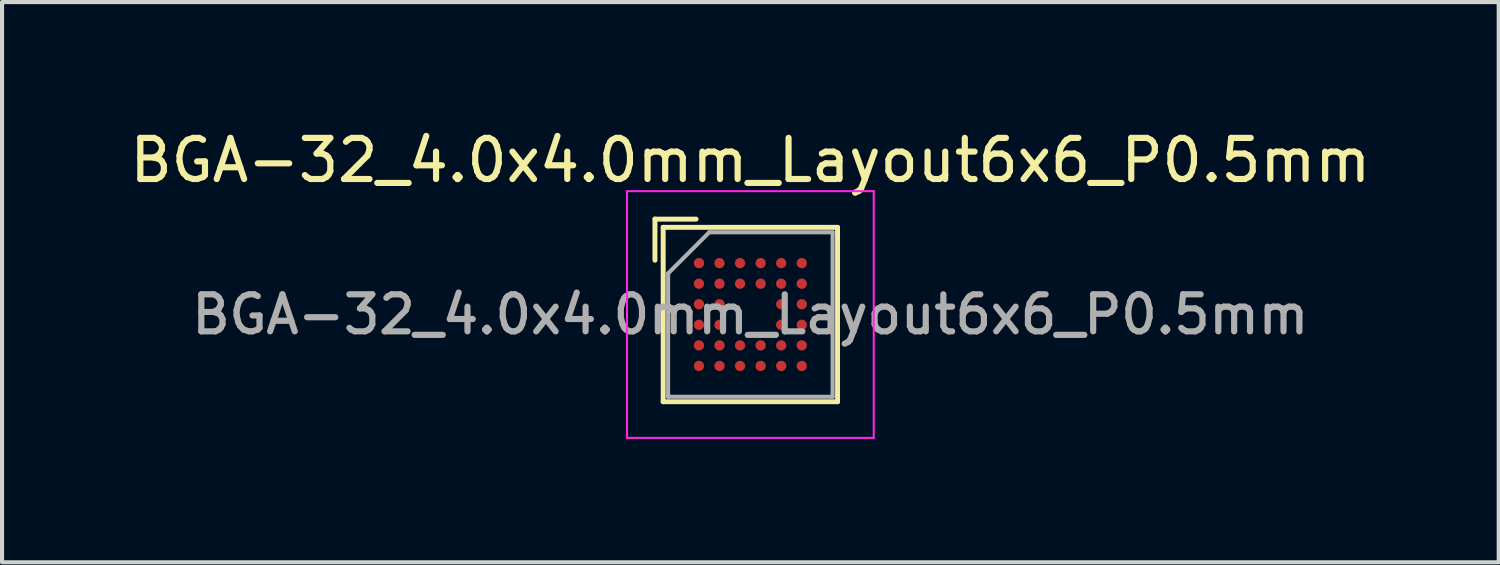
<source format=kicad_pcb>
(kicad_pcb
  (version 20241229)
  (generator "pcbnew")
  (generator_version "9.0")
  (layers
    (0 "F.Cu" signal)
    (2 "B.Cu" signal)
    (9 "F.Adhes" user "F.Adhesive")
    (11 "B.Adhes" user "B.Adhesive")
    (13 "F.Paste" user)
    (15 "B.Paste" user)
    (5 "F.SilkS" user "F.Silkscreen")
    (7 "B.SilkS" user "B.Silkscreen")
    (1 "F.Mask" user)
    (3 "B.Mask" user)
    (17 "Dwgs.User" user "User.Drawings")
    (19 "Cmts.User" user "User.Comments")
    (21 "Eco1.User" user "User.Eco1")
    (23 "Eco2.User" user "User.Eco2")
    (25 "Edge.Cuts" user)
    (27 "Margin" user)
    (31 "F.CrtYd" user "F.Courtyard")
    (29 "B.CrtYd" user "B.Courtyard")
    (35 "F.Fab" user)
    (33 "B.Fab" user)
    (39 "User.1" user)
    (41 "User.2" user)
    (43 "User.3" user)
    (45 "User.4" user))
  (footprint "BGA-32_4.0x4.0mm_Layout6x6_P0.5mm"
    (layer "F.Cu")
    (at 15.196 4.598)
    (property "Reference" "BGA-32_4.0x4.0mm_Layout6x6_P0.5mm" (at 0 -3.75 0) (layer "F.SilkS") (effects (font (size 1 1) (thickness 0.15))))
    (attr smd)
    (fp_line (start -2.32 -2.32) (end -1.32 -2.32) (stroke (width 0.12) (type solid)) (layer "F.SilkS"))
    (fp_line (start -2.32 -1.32) (end -2.32 -2.32) (stroke (width 0.12) (type solid)) (layer "F.SilkS"))
    (fp_line (start -2.12 -2.12) (end -2.12 2.12) (stroke (width 0.12) (type solid)) (layer "F.SilkS"))
    (fp_line (start -2.12 2.12) (end 2.12 2.12) (stroke (width 0.12) (type solid)) (layer "F.SilkS"))
    (fp_line (start 2.12 -2.12) (end -2.12 -2.12) (stroke (width 0.12) (type solid)) (layer "F.SilkS"))
    (fp_line (start 2.12 2.12) (end 2.12 -2.12) (stroke (width 0.12) (type solid)) (layer "F.SilkS"))
    (fp_line (start -3 -3) (end -3 3) (stroke (width 0.05) (type solid)) (layer "F.CrtYd"))
    (fp_line (start -3 -3) (end 3 -3) (stroke (width 0.05) (type solid)) (layer "F.CrtYd"))
    (fp_line (start 3 3) (end -3 3) (stroke (width 0.05) (type solid)) (layer "F.CrtYd"))
    (fp_line (start 3 3) (end 3 -3) (stroke (width 0.05) (type solid)) (layer "F.CrtYd"))
    (fp_line (start -2 -1) (end -2 2) (stroke (width 0.1) (type solid)) (layer "F.Fab"))
    (fp_line (start -2 2) (end 2 2) (stroke (width 0.1) (type solid)) (layer "F.Fab"))
    (fp_line (start -1 -2) (end -2 -1) (stroke (width 0.1) (type solid)) (layer "F.Fab"))
    (fp_line (start 2 -2) (end -1 -2) (stroke (width 0.1) (type solid)) (layer "F.Fab"))
    (fp_line (start 2 2) (end 2 -2) (stroke (width 0.1) (type solid)) (layer "F.Fab"))
    (fp_text user "${REFERENCE}" (at 0 0 0) (layer "F.Fab") (effects (font (size 0.9 0.9) (thickness 0.15))))
    (pad "A1" smd circle (at -1.25 -1.25) (size 0.25 0.25) (layers "F.Cu" "F.Mask" "F.Paste"))
    (pad "A2" smd circle (at -0.75 -1.25) (size 0.25 0.25) (layers "F.Cu" "F.Mask" "F.Paste"))
    (pad "A3" smd circle (at -0.25 -1.25) (size 0.25 0.25) (layers "F.Cu" "F.Mask" "F.Paste"))
    (pad "A4" smd circle (at 0.25 -1.25) (size 0.25 0.25) (layers "F.Cu" "F.Mask" "F.Paste"))
    (pad "A5" smd circle (at 0.75 -1.25) (size 0.25 0.25) (layers "F.Cu" "F.Mask" "F.Paste"))
    (pad "A6" smd circle (at 1.25 -1.25) (size 0.25 0.25) (layers "F.Cu" "F.Mask" "F.Paste"))
    (pad "B1" smd circle (at -1.25 -0.75) (size 0.25 0.25) (layers "F.Cu" "F.Mask" "F.Paste"))
    (pad "B2" smd circle (at -0.75 -0.75) (size 0.25 0.25) (layers "F.Cu" "F.Mask" "F.Paste"))
    (pad "B3" smd circle (at -0.25 -0.75) (size 0.25 0.25) (layers "F.Cu" "F.Mask" "F.Paste"))
    (pad "B4" smd circle (at 0.25 -0.75) (size 0.25 0.25) (layers "F.Cu" "F.Mask" "F.Paste"))
    (pad "B5" smd circle (at 0.75 -0.75) (size 0.25 0.25) (layers "F.Cu" "F.Mask" "F.Paste"))
    (pad "B6" smd circle (at 1.25 -0.75) (size 0.25 0.25) (layers "F.Cu" "F.Mask" "F.Paste"))
    (pad "C1" smd circle (at -1.25 -0.25) (size 0.25 0.25) (layers "F.Cu" "F.Mask" "F.Paste"))
    (pad "C2" smd circle (at -0.75 -0.25) (size 0.25 0.25) (layers "F.Cu" "F.Mask" "F.Paste"))
    (pad "C5" smd circle (at 0.75 -0.25) (size 0.25 0.25) (layers "F.Cu" "F.Mask" "F.Paste"))
    (pad "C6" smd circle (at 1.25 -0.25) (size 0.25 0.25) (layers "F.Cu" "F.Mask" "F.Paste"))
    (pad "D1" smd circle (at -1.25 0.25) (size 0.25 0.25) (layers "F.Cu" "F.Mask" "F.Paste"))
    (pad "D2" smd circle (at -0.75 0.25) (size 0.25 0.25) (layers "F.Cu" "F.Mask" "F.Paste"))
    (pad "D5" smd circle (at 0.75 0.25) (size 0.25 0.25) (layers "F.Cu" "F.Mask" "F.Paste"))
    (pad "D6" smd circle (at 1.25 0.25) (size 0.25 0.25) (layers "F.Cu" "F.Mask" "F.Paste"))
    (pad "E1" smd circle (at -1.25 0.75) (size 0.25 0.25) (layers "F.Cu" "F.Mask" "F.Paste"))
    (pad "E2" smd circle (at -0.75 0.75) (size 0.25 0.25) (layers "F.Cu" "F.Mask" "F.Paste"))
    (pad "E3" smd circle (at -0.25 0.75) (size 0.25 0.25) (layers "F.Cu" "F.Mask" "F.Paste"))
    (pad "E4" smd circle (at 0.25 0.75) (size 0.25 0.25) (layers "F.Cu" "F.Mask" "F.Paste"))
    (pad "E5" smd circle (at 0.75 0.75) (size 0.25 0.25) (layers "F.Cu" "F.Mask" "F.Paste"))
    (pad "E6" smd circle (at 1.25 0.75) (size 0.25 0.25) (layers "F.Cu" "F.Mask" "F.Paste"))
    (pad "F1" smd circle (at -1.25 1.25) (size 0.25 0.25) (layers "F.Cu" "F.Mask" "F.Paste"))
    (pad "F2" smd circle (at -0.75 1.25) (size 0.25 0.25) (layers "F.Cu" "F.Mask" "F.Paste"))
    (pad "F3" smd circle (at -0.25 1.25) (size 0.25 0.25) (layers "F.Cu" "F.Mask" "F.Paste"))
    (pad "F4" smd circle (at 0.25 1.25) (size 0.25 0.25) (layers "F.Cu" "F.Mask" "F.Paste"))
    (pad "F5" smd circle (at 0.75 1.25) (size 0.25 0.25) (layers "F.Cu" "F.Mask" "F.Paste"))
    (pad "F6" smd circle (at 1.25 1.25) (size 0.25 0.25) (layers "F.Cu" "F.Mask" "F.Paste")))
  (gr_rect
    (start -3 -3)
    (end 33.393 10.623)
    (stroke (width 0.1) (type default))
    (fill no)
    (layer "Edge.Cuts")))
</source>
